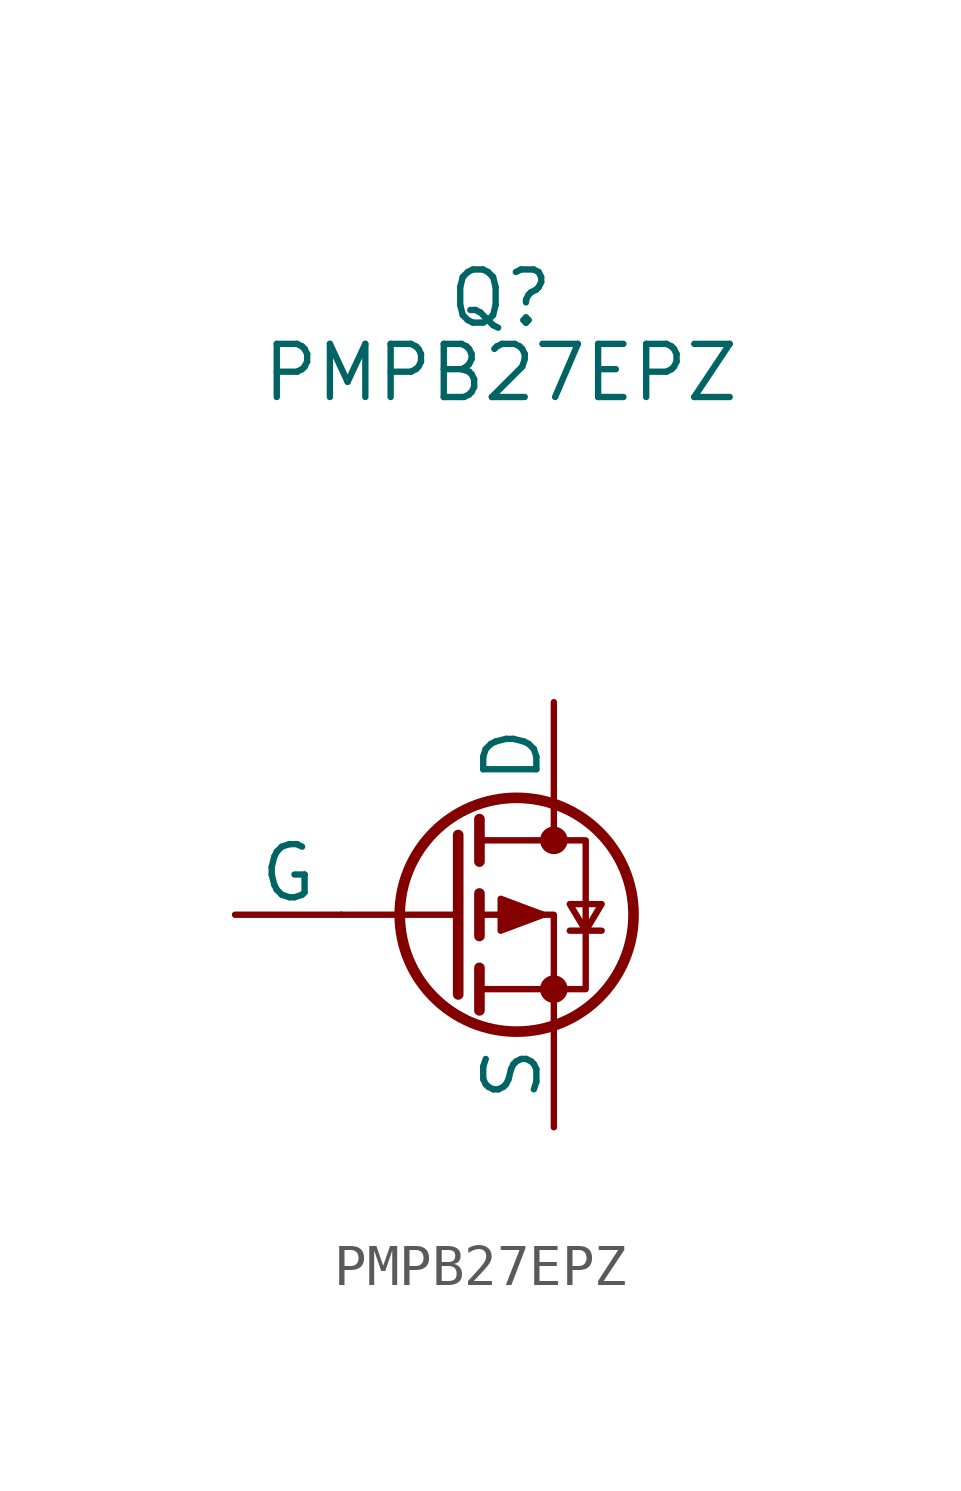
<source format=kicad_sym>
(kicad_symbol_lib
  (version 20231120)
  (generator "kicad_symbol_editor")
  (generator_version "8.0")
  (symbol "PMPB27EPZ"
    (pin_numbers hide)
    (pin_names
      (offset 0))
    (property "Reference" "Q"
      (at 0 9.652 0)
      (effects (font (size 1.27 1.27))))
    (property "Value" "PMPB27EPZ"
      (at 0 7.874 0)
      (effects (font (size 1.27 1.27))))
    (symbol "PMPB27EPZ_0_1"
      (polyline (pts (xy -1.016 -5.08) (xy -3.81 -5.08)) (stroke (width 0) (type default)) (fill (type none)))
      (polyline (pts (xy -1.016 -3.175) (xy -1.016 -6.985)) (stroke (width 0.254) (type default)) (fill (type none)))
      (polyline (pts (xy -0.508 -6.35) (xy -0.508 -7.366)) (stroke (width 0.254) (type default)) (fill (type none)))
      (polyline (pts (xy -0.508 -4.572) (xy -0.508 -5.588)) (stroke (width 0.254) (type default)) (fill (type none)))
      (polyline (pts (xy -0.508 -2.794) (xy -0.508 -3.81)) (stroke (width 0.254) (type default)) (fill (type none)))
      (polyline (pts (xy 1.27 -2.54) (xy 1.27 -3.302)) (stroke (width 0) (type default)) (fill (type none)))
      (polyline (pts (xy 1.651 -5.461) (xy 2.413 -5.461)) (stroke (width 0) (type default)) (fill (type none)))
      (polyline (pts (xy 1.27 -7.62) (xy 1.27 -5.08) (xy -0.508 -5.08)) (stroke (width 0) (type default)) (fill (type none)))
      (polyline (pts (xy -0.508 -3.302) (xy 2.032 -3.302) (xy 2.032 -6.858) (xy -0.508 -6.858)) (stroke (width 0) (type default)) (fill (type none)))
      (polyline (pts (xy 1.016 -5.08) (xy 0 -4.699) (xy 0 -5.461) (xy 1.016 -5.08)) (stroke (width 0) (type default)) (fill (type outline)))
      (polyline (pts (xy 2.032 -5.461) (xy 1.651 -4.826) (xy 2.413 -4.826) (xy 2.032 -5.461)) (stroke (width 0) (type default)) (fill (type none)))
      (circle (center 0.381 -5.08) (radius 2.794) (stroke (width 0.254) (type default)) (fill (type none)))
      (circle (center 1.27 -6.858) (radius 0.254) (stroke (width 0) (type default)) (fill (type outline)))
      (circle (center 1.27 -3.302) (radius 0.254) (stroke (width 0) (type default)) (fill (type outline))))
    (symbol "PMPB27EPZ_1_1"
      (pin passive line (at 1.27 0 270) (length 2.54) (name "D" (effects (font (size 1.27 1.27)))) (number "1" (effects (font (size 1.27 1.27)))))
      (pin passive line (at 1.27 0 270) (length 2.54) hide (name "D" (effects (font (size 1.27 1.27)))) (number "2" (effects (font (size 1.27 1.27)))))
      (pin input line (at -6.35 -5.08 0) (length 2.54) (name "G" (effects (font (size 1.27 1.27)))) (number "3" (effects (font (size 1.27 1.27)))))
      (pin passive line (at 1.27 -10.16 90) (length 2.54) (name "S" (effects (font (size 1.27 1.27)))) (number "4" (effects (font (size 1.27 1.27)))))
      (pin passive line (at 1.27 0 270) (length 2.54) hide (name "D" (effects (font (size 1.27 1.27)))) (number "5" (effects (font (size 1.27 1.27)))))
      (pin passive line (at 1.27 0 270) (length 2.54) hide (name "D" (effects (font (size 1.27 1.27)))) (number "6" (effects (font (size 1.27 1.27)))))
      (pin passive line (at 1.27 0 270) (length 2.54) hide (name "D" (effects (font (size 1.27 1.27)))) (number "7" (effects (font (size 1.27 1.27)))))
      (pin passive line (at 1.27 -10.16 90) (length 2.54) hide (name "S" (effects (font (size 1.27 1.27)))) (number "8" (effects (font (size 1.27 1.27))))))))
</source>
